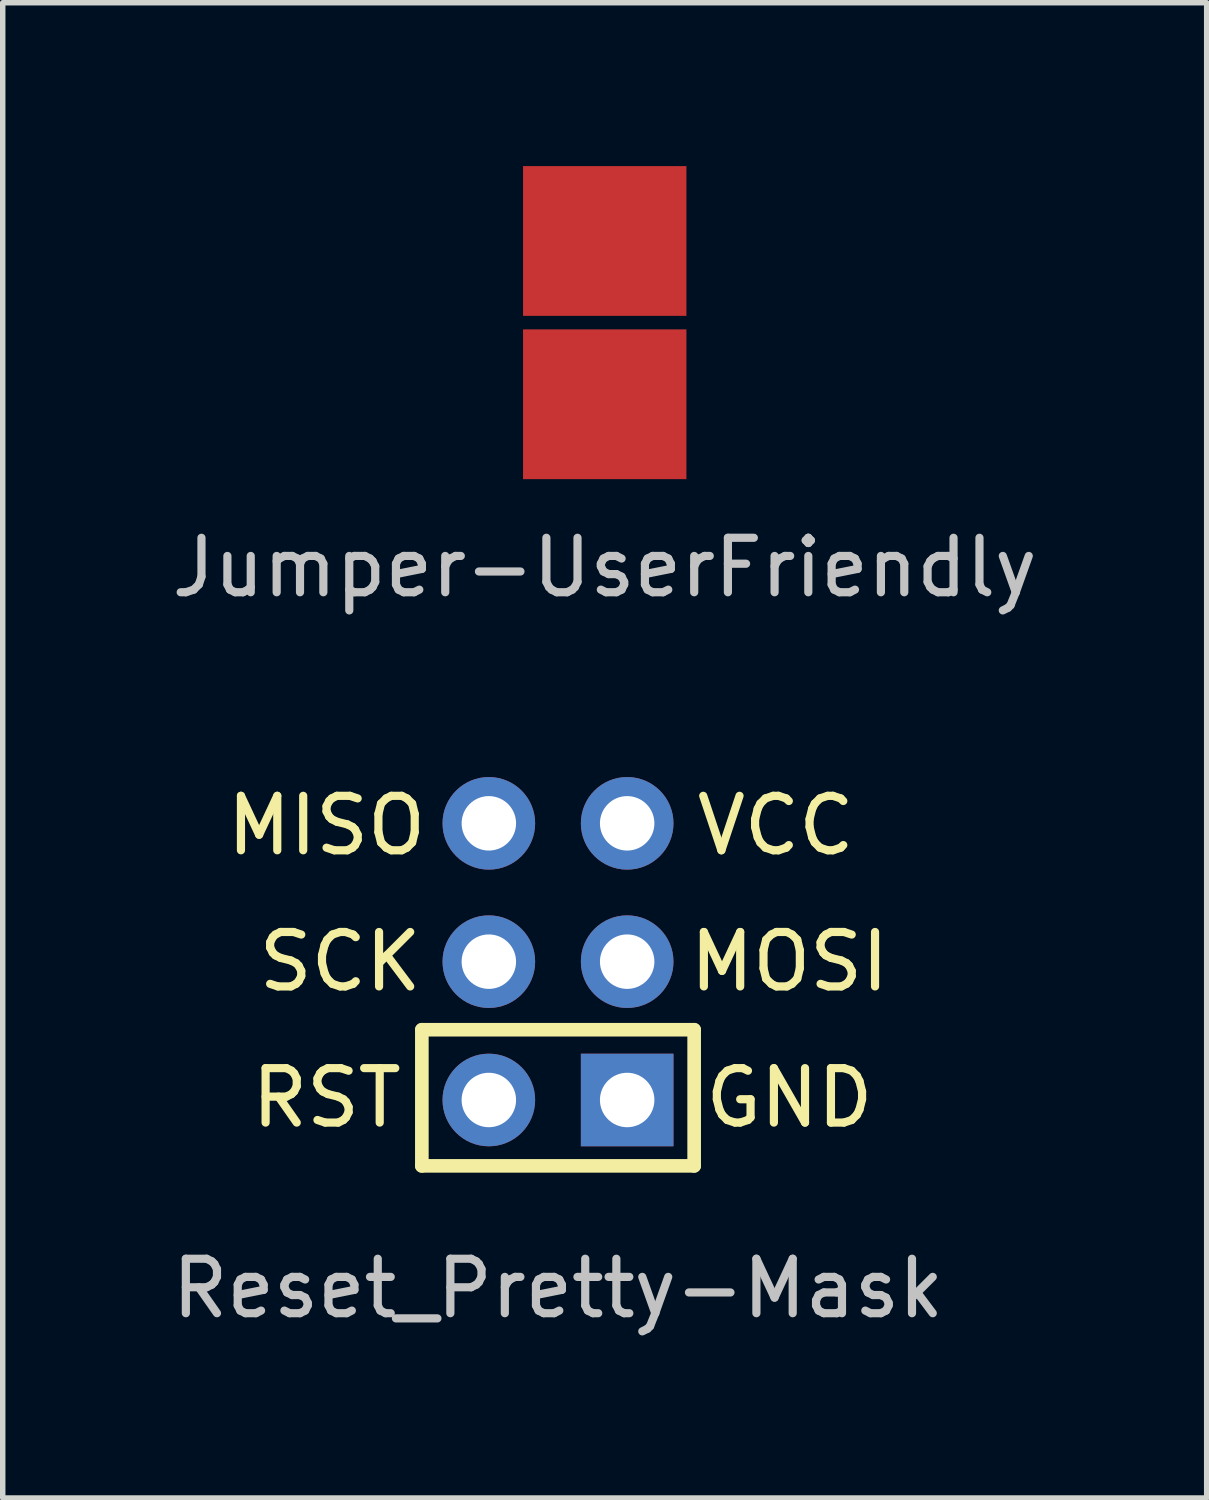
<source format=kicad_pcb>
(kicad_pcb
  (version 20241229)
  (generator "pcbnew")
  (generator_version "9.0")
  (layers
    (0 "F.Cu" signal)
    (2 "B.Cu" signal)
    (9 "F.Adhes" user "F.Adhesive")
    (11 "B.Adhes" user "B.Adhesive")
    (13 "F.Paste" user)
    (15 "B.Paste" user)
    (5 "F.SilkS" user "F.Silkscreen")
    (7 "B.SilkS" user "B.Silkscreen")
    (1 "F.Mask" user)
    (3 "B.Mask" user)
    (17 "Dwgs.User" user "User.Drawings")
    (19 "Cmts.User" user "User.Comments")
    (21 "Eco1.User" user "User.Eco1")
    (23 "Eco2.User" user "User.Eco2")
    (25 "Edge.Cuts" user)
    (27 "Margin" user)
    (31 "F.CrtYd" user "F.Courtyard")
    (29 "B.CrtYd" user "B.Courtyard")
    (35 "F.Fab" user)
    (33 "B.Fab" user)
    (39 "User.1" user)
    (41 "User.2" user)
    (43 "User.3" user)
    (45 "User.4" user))
  (footprint "Reset_Pretty-Mask"
    (layer "F.Cu")
    (at 7.196 14.608)
    (property "Reference" "Reset_Pretty-Mask" (at 0 6 0) (layer "Dwgs.User") (effects (font (size 1 1) (thickness 0.15))))
    (attr exclude_from_pos_files exclude_from_bom)
    (fp_line (start -2.5 1.25) (end 2.5 1.25) (stroke (width 0.25) (type solid)) (layer "F.SilkS"))
    (fp_line (start -2.5 3.75) (end -2.5 1.25) (stroke (width 0.25) (type solid)) (layer "F.SilkS"))
    (fp_line (start 2.5 1.25) (end 2.5 3.75) (stroke (width 0.25) (type solid)) (layer "F.SilkS"))
    (fp_line (start 2.5 3.75) (end -2.5 3.75) (stroke (width 0.25) (type solid)) (layer "F.SilkS"))
    (fp_text user "SCK" (at -4 0 0) (layer "F.SilkS") (effects (font (size 1 1) (thickness 0.15))))
    (fp_text user "GND" (at 4.25 2.5 0) (layer "F.SilkS") (effects (font (size 1 1) (thickness 0.15))))
    (fp_text user "VCC" (at 4 -2.5 0) (layer "F.SilkS") (effects (font (size 1 1) (thickness 0.15))))
    (fp_text user "MISO" (at -4.25 -2.5 0) (layer "F.SilkS") (effects (font (size 1 1) (thickness 0.15))))
    (fp_text user "MOSI" (at 4.25 0 0) (layer "F.SilkS") (effects (font (size 1 1) (thickness 0.15))))
    (fp_text user "RST" (at -4.25 2.5 0) (layer "F.SilkS") (effects (font (size 1 1) (thickness 0.15))))
    (pad "1" thru_hole circle (at -1.27 -2.54) (size 1.7 1.7) (drill 1) (layers "*.Cu" "F.Mask"))
    (pad "2" thru_hole circle (at 1.27 -2.54) (size 1.7 1.7) (drill 1) (layers "*.Cu" "F.Mask"))
    (pad "3" thru_hole circle (at -1.27 0) (size 1.7 1.7) (drill 1) (layers "*.Cu" "F.Mask"))
    (pad "4" thru_hole circle (at 1.27 0) (size 1.7 1.7) (drill 1) (layers "*.Cu" "F.Mask"))
    (pad "5" thru_hole circle (at -1.27 2.54) (size 1.7 1.7) (drill 1) (layers "*.Cu" "F.Mask"))
    (pad "6" thru_hole rect (at 1.27 2.54) (size 1.7 1.7) (drill 1) (layers "*.Cu" "F.Mask")))
  (footprint "Jumper-UserFriendly"
    (layer "F.Cu")
    (at 8.054 2.874)
    (property "Reference" "Jumper-UserFriendly" (at 0 4.496 0) (layer "Dwgs.User") (effects (font (size 1 1) (thickness 0.15))))
    (attr exclude_from_pos_files exclude_from_bom)
    (pad "1" smd rect (at 0 -1.499) (size 3 2.75) (layers "F.Cu" "F.Mask"))
    (pad "2" smd rect (at 0 1.499) (size 3 2.75) (layers "F.Cu" "F.Mask")))
  (gr_rect
    (start -3 -3)
    (end 19.107 24.456)
    (stroke (width 0.1) (type default))
    (fill no)
    (layer "Edge.Cuts")))
</source>
